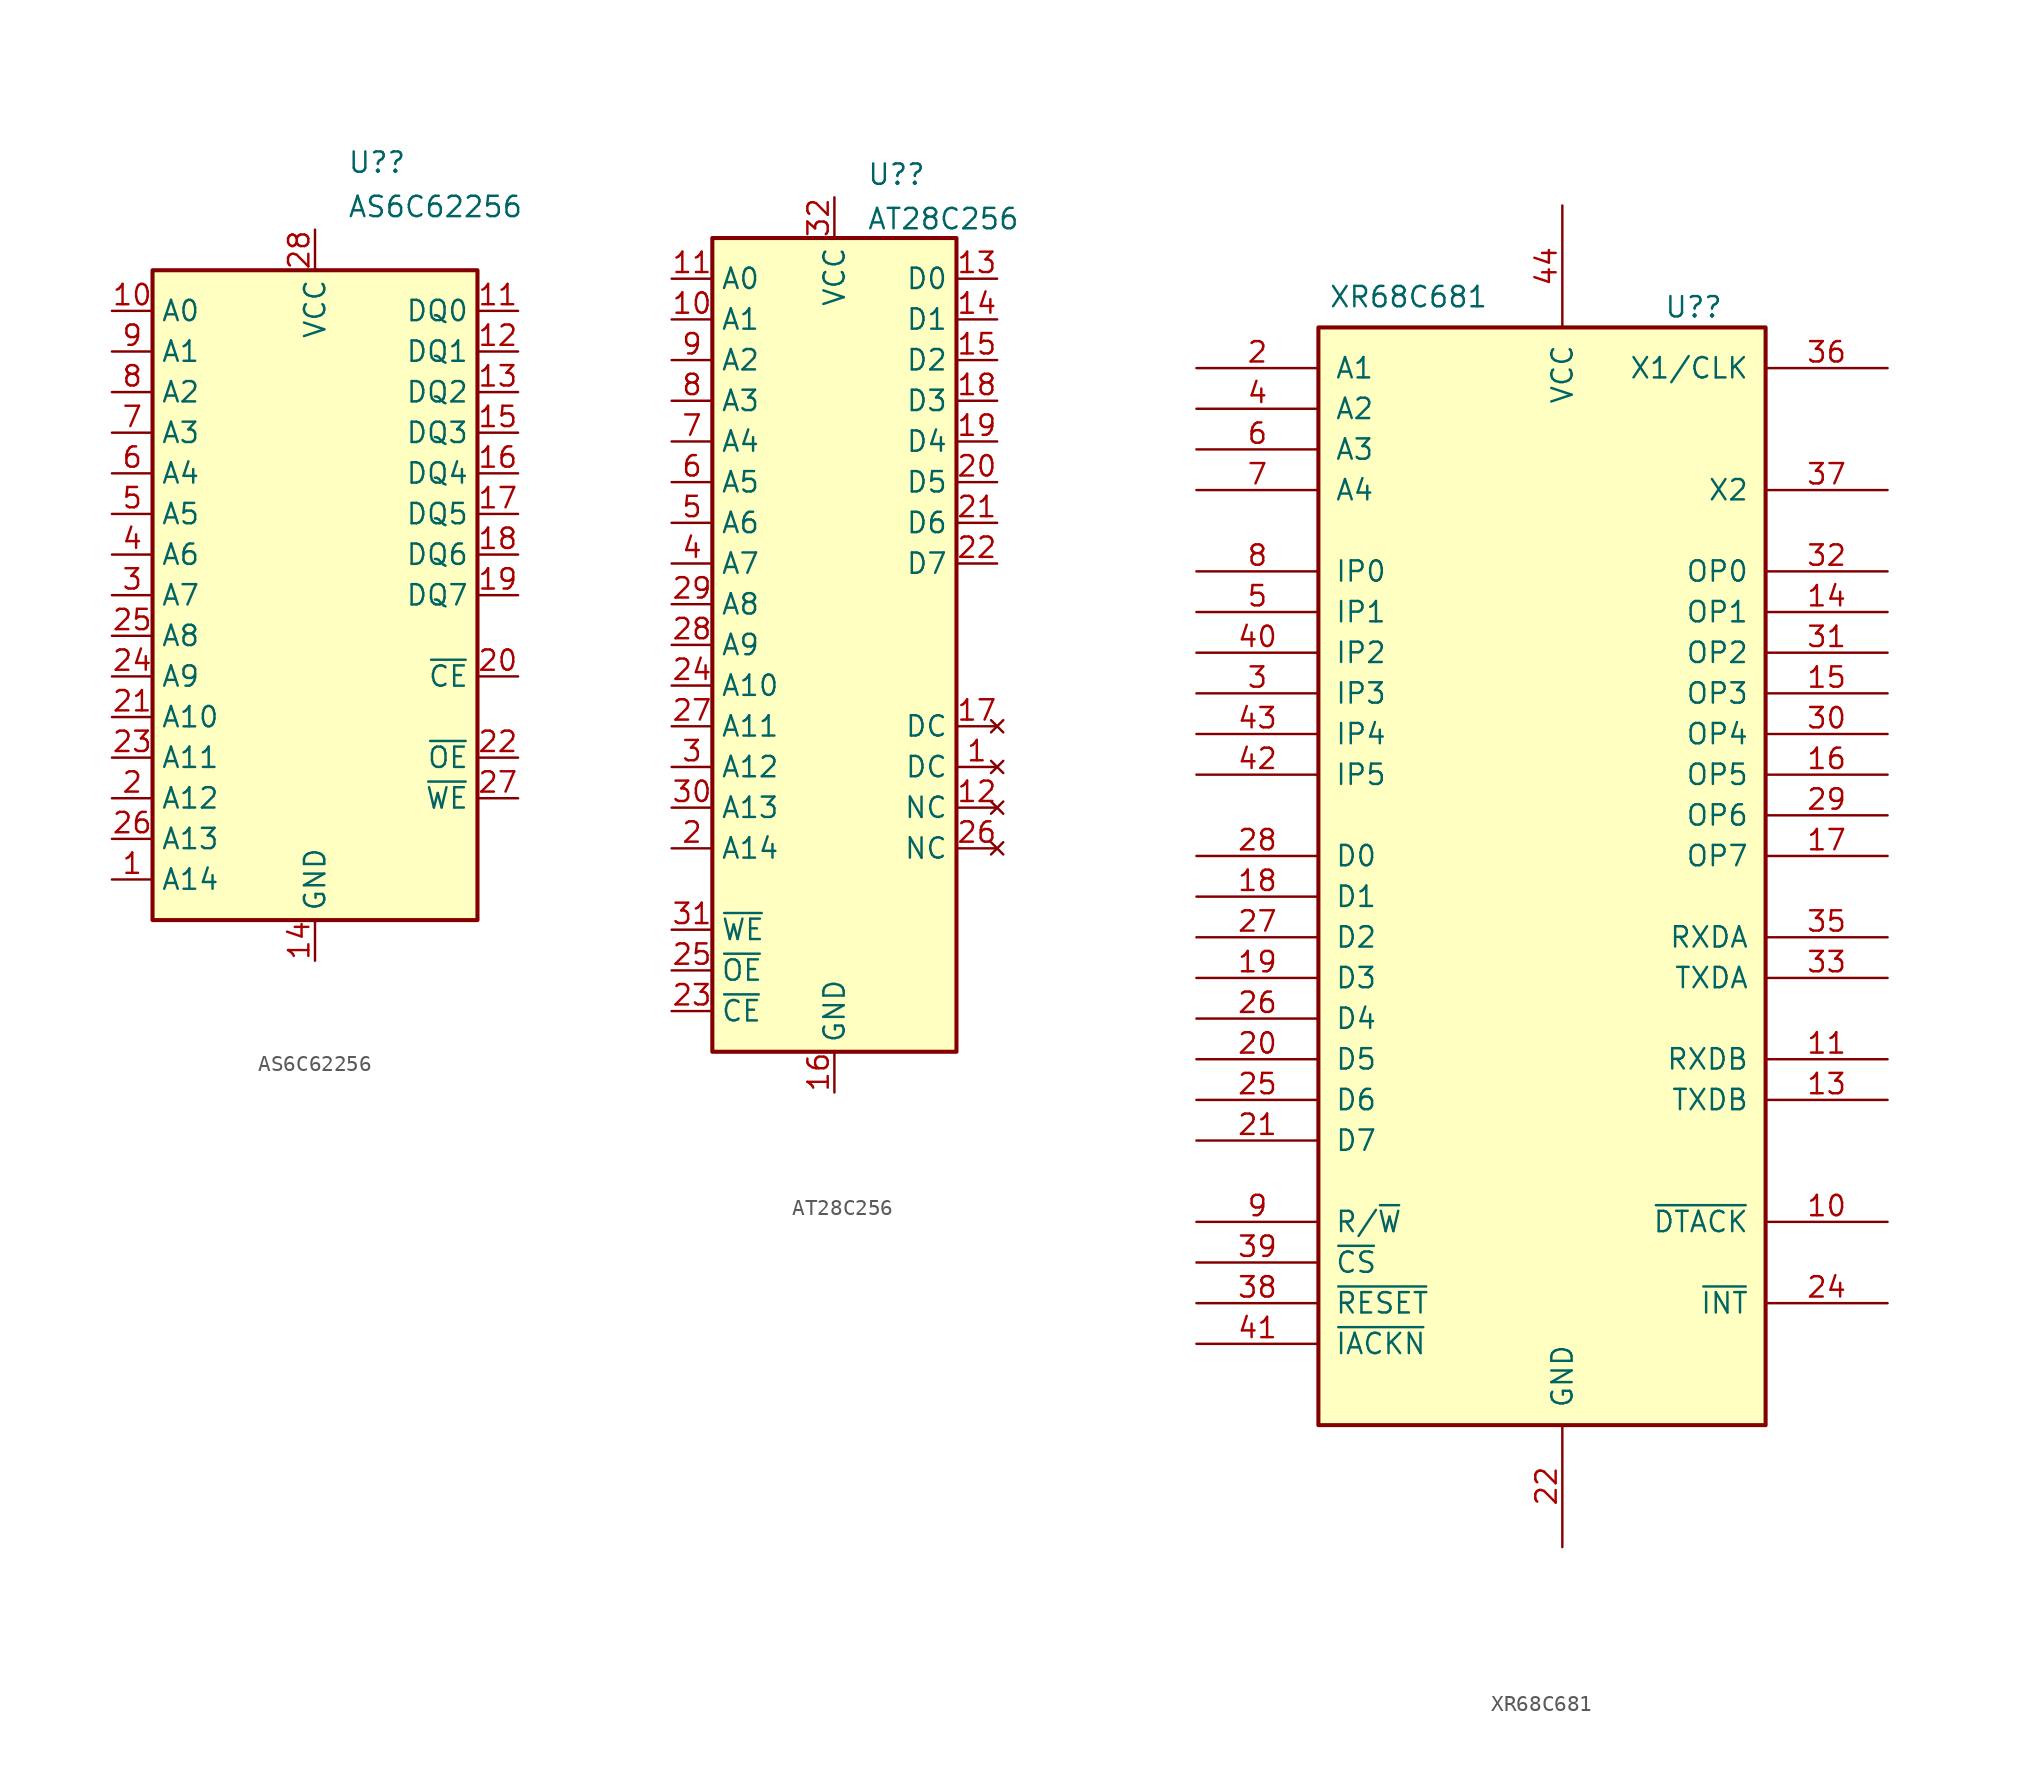
<source format=kicad_sym>
(kicad_symbol_lib
  (version 20211014)
  (generator kicad_symbol_editor)
  (symbol "AS6C62256"
    (property "Reference" "U?"
      (at 2.019 27.062 0)
      (effects (font (size 1.27 1.27)) (justify left)))
    (property "Value" "AS6C62256"
      (at 2.019 24.287 0)
      (effects (font (size 1.27 1.27)) (justify left)))
    (symbol "AS6C62256_0_0"
      (pin power_in line (at 0 -22.86 90) (length 2.54) (name "GND" (effects (font (size 1.27 1.27)))) (number "14" (effects (font (size 1.27 1.27)))))
      (pin power_in line (at 0 22.86 270) (length 2.54) (name "VCC" (effects (font (size 1.27 1.27)))) (number "28" (effects (font (size 1.27 1.27))))))
    (symbol "AS6C62256_0_1"
      (rectangle (start -10.16 20.32) (end 10.16 -20.32) (stroke (width 0.254) (type default) (color 0 0 0 0)) (fill (type background))))
    (symbol "AS6C62256_1_1"
      (pin input line (at -12.7 -17.78 0) (length 2.54) (name "A14" (effects (font (size 1.27 1.27)))) (number "1" (effects (font (size 1.27 1.27)))))
      (pin input line (at -12.7 17.78 0) (length 2.54) (name "A0" (effects (font (size 1.27 1.27)))) (number "10" (effects (font (size 1.27 1.27)))))
      (pin tri_state line (at 12.7 17.78 180) (length 2.54) (name "DQ0" (effects (font (size 1.27 1.27)))) (number "11" (effects (font (size 1.27 1.27)))))
      (pin tri_state line (at 12.7 15.24 180) (length 2.54) (name "DQ1" (effects (font (size 1.27 1.27)))) (number "12" (effects (font (size 1.27 1.27)))))
      (pin tri_state line (at 12.7 12.7 180) (length 2.54) (name "DQ2" (effects (font (size 1.27 1.27)))) (number "13" (effects (font (size 1.27 1.27)))))
      (pin tri_state line (at 12.7 10.16 180) (length 2.54) (name "DQ3" (effects (font (size 1.27 1.27)))) (number "15" (effects (font (size 1.27 1.27)))))
      (pin tri_state line (at 12.7 7.62 180) (length 2.54) (name "DQ4" (effects (font (size 1.27 1.27)))) (number "16" (effects (font (size 1.27 1.27)))))
      (pin tri_state line (at 12.7 5.08 180) (length 2.54) (name "DQ5" (effects (font (size 1.27 1.27)))) (number "17" (effects (font (size 1.27 1.27)))))
      (pin tri_state line (at 12.7 2.54 180) (length 2.54) (name "DQ6" (effects (font (size 1.27 1.27)))) (number "18" (effects (font (size 1.27 1.27)))))
      (pin tri_state line (at 12.7 0 180) (length 2.54) (name "DQ7" (effects (font (size 1.27 1.27)))) (number "19" (effects (font (size 1.27 1.27)))))
      (pin input line (at -12.7 -12.7 0) (length 2.54) (name "A12" (effects (font (size 1.27 1.27)))) (number "2" (effects (font (size 1.27 1.27)))))
      (pin input line (at 12.7 -5.08 180) (length 2.54) (name "~{CE}" (effects (font (size 1.27 1.27)))) (number "20" (effects (font (size 1.27 1.27)))))
      (pin input line (at -12.7 -7.62 0) (length 2.54) (name "A10" (effects (font (size 1.27 1.27)))) (number "21" (effects (font (size 1.27 1.27)))))
      (pin input line (at 12.7 -10.16 180) (length 2.54) (name "~{OE}" (effects (font (size 1.27 1.27)))) (number "22" (effects (font (size 1.27 1.27)))))
      (pin input line (at -12.7 -10.16 0) (length 2.54) (name "A11" (effects (font (size 1.27 1.27)))) (number "23" (effects (font (size 1.27 1.27)))))
      (pin input line (at -12.7 -5.08 0) (length 2.54) (name "A9" (effects (font (size 1.27 1.27)))) (number "24" (effects (font (size 1.27 1.27)))))
      (pin input line (at -12.7 -2.54 0) (length 2.54) (name "A8" (effects (font (size 1.27 1.27)))) (number "25" (effects (font (size 1.27 1.27)))))
      (pin input line (at -12.7 -15.24 0) (length 2.54) (name "A13" (effects (font (size 1.27 1.27)))) (number "26" (effects (font (size 1.27 1.27)))))
      (pin input line (at 12.7 -12.7 180) (length 2.54) (name "~{WE}" (effects (font (size 1.27 1.27)))) (number "27" (effects (font (size 1.27 1.27)))))
      (pin input line (at -12.7 0 0) (length 2.54) (name "A7" (effects (font (size 1.27 1.27)))) (number "3" (effects (font (size 1.27 1.27)))))
      (pin input line (at -12.7 2.54 0) (length 2.54) (name "A6" (effects (font (size 1.27 1.27)))) (number "4" (effects (font (size 1.27 1.27)))))
      (pin input line (at -12.7 5.08 0) (length 2.54) (name "A5" (effects (font (size 1.27 1.27)))) (number "5" (effects (font (size 1.27 1.27)))))
      (pin input line (at -12.7 7.62 0) (length 2.54) (name "A4" (effects (font (size 1.27 1.27)))) (number "6" (effects (font (size 1.27 1.27)))))
      (pin input line (at -12.7 10.16 0) (length 2.54) (name "A3" (effects (font (size 1.27 1.27)))) (number "7" (effects (font (size 1.27 1.27)))))
      (pin input line (at -12.7 12.7 0) (length 2.54) (name "A2" (effects (font (size 1.27 1.27)))) (number "8" (effects (font (size 1.27 1.27)))))
      (pin input line (at -12.7 15.24 0) (length 2.54) (name "A1" (effects (font (size 1.27 1.27)))) (number "9" (effects (font (size 1.27 1.27)))))))
  (symbol "AT28C256"
    (property "Reference" "U?"
      (at 2.019 29.366 0)
      (effects (font (size 1.27 1.27)) (justify left)))
    (property "Value" "AT28C256"
      (at 2.019 26.591 0)
      (effects (font (size 1.27 1.27)) (justify left)))
    (symbol "AT28C256_0_0"
      (pin no_connect line (at 10.16 -7.62 180) (length 2.54) (name "DC" (effects (font (size 1.27 1.27)))) (number "1" (effects (font (size 1.27 1.27)))))
      (pin input line (at -10.16 22.86 0) (length 2.54) (name "A0" (effects (font (size 1.27 1.27)))) (number "11" (effects (font (size 1.27 1.27)))))
      (pin no_connect line (at 10.16 -10.16 180) (length 2.54) (name "NC" (effects (font (size 1.27 1.27)))) (number "12" (effects (font (size 1.27 1.27)))))
      (pin no_connect line (at 10.16 -5.08 180) (length 2.54) (name "DC" (effects (font (size 1.27 1.27)))) (number "17" (effects (font (size 1.27 1.27)))))
      (pin no_connect line (at 10.16 -12.7 180) (length 2.54) (name "NC" (effects (font (size 1.27 1.27)))) (number "26" (effects (font (size 1.27 1.27))))))
    (symbol "AT28C256_1_1"
      (rectangle (start -7.62 25.4) (end 7.62 -25.4) (stroke (width 0.254) (type default) (color 0 0 0 0)) (fill (type background)))
      (pin input line (at -10.16 20.32 0) (length 2.54) (name "A1" (effects (font (size 1.27 1.27)))) (number "10" (effects (font (size 1.27 1.27)))))
      (pin tri_state line (at 10.16 22.86 180) (length 2.54) (name "D0" (effects (font (size 1.27 1.27)))) (number "13" (effects (font (size 1.27 1.27)))))
      (pin tri_state line (at 10.16 20.32 180) (length 2.54) (name "D1" (effects (font (size 1.27 1.27)))) (number "14" (effects (font (size 1.27 1.27)))))
      (pin tri_state line (at 10.16 17.78 180) (length 2.54) (name "D2" (effects (font (size 1.27 1.27)))) (number "15" (effects (font (size 1.27 1.27)))))
      (pin power_in line (at 0 -27.94 90) (length 2.54) (name "GND" (effects (font (size 1.27 1.27)))) (number "16" (effects (font (size 1.27 1.27)))))
      (pin tri_state line (at 10.16 15.24 180) (length 2.54) (name "D3" (effects (font (size 1.27 1.27)))) (number "18" (effects (font (size 1.27 1.27)))))
      (pin tri_state line (at 10.16 12.7 180) (length 2.54) (name "D4" (effects (font (size 1.27 1.27)))) (number "19" (effects (font (size 1.27 1.27)))))
      (pin input line (at -10.16 -12.7 0) (length 2.54) (name "A14" (effects (font (size 1.27 1.27)))) (number "2" (effects (font (size 1.27 1.27)))))
      (pin tri_state line (at 10.16 10.16 180) (length 2.54) (name "D5" (effects (font (size 1.27 1.27)))) (number "20" (effects (font (size 1.27 1.27)))))
      (pin tri_state line (at 10.16 7.62 180) (length 2.54) (name "D6" (effects (font (size 1.27 1.27)))) (number "21" (effects (font (size 1.27 1.27)))))
      (pin tri_state line (at 10.16 5.08 180) (length 2.54) (name "D7" (effects (font (size 1.27 1.27)))) (number "22" (effects (font (size 1.27 1.27)))))
      (pin input line (at -10.16 -22.86 0) (length 2.54) (name "~{CE}" (effects (font (size 1.27 1.27)))) (number "23" (effects (font (size 1.27 1.27)))))
      (pin input line (at -10.16 -2.54 0) (length 2.54) (name "A10" (effects (font (size 1.27 1.27)))) (number "24" (effects (font (size 1.27 1.27)))))
      (pin input line (at -10.16 -20.32 0) (length 2.54) (name "~{OE}" (effects (font (size 1.27 1.27)))) (number "25" (effects (font (size 1.27 1.27)))))
      (pin input line (at -10.16 -5.08 0) (length 2.54) (name "A11" (effects (font (size 1.27 1.27)))) (number "27" (effects (font (size 1.27 1.27)))))
      (pin input line (at -10.16 0 0) (length 2.54) (name "A9" (effects (font (size 1.27 1.27)))) (number "28" (effects (font (size 1.27 1.27)))))
      (pin input line (at -10.16 2.54 0) (length 2.54) (name "A8" (effects (font (size 1.27 1.27)))) (number "29" (effects (font (size 1.27 1.27)))))
      (pin input line (at -10.16 -7.62 0) (length 2.54) (name "A12" (effects (font (size 1.27 1.27)))) (number "3" (effects (font (size 1.27 1.27)))))
      (pin input line (at -10.16 -10.16 0) (length 2.54) (name "A13" (effects (font (size 1.27 1.27)))) (number "30" (effects (font (size 1.27 1.27)))))
      (pin input line (at -10.16 -17.78 0) (length 2.54) (name "~{WE}" (effects (font (size 1.27 1.27)))) (number "31" (effects (font (size 1.27 1.27)))))
      (pin power_in line (at 0 27.94 270) (length 2.54) (name "VCC" (effects (font (size 1.27 1.27)))) (number "32" (effects (font (size 1.27 1.27)))))
      (pin input line (at -10.16 5.08 0) (length 2.54) (name "A7" (effects (font (size 1.27 1.27)))) (number "4" (effects (font (size 1.27 1.27)))))
      (pin input line (at -10.16 7.62 0) (length 2.54) (name "A6" (effects (font (size 1.27 1.27)))) (number "5" (effects (font (size 1.27 1.27)))))
      (pin input line (at -10.16 10.16 0) (length 2.54) (name "A5" (effects (font (size 1.27 1.27)))) (number "6" (effects (font (size 1.27 1.27)))))
      (pin input line (at -10.16 12.7 0) (length 2.54) (name "A4" (effects (font (size 1.27 1.27)))) (number "7" (effects (font (size 1.27 1.27)))))
      (pin input line (at -10.16 15.24 0) (length 2.54) (name "A3" (effects (font (size 1.27 1.27)))) (number "8" (effects (font (size 1.27 1.27)))))
      (pin input line (at -10.16 17.78 0) (length 2.54) (name "A2" (effects (font (size 1.27 1.27)))) (number "9" (effects (font (size 1.27 1.27)))))))
  (symbol "XR68C681"
    (pin_names
      (offset 1.016))
    (property "Reference" "U?"
      (at 6.35 36.83 0)
      (effects (font (size 1.27 1.27)) (justify left)))
    (property "Value" "XR68C681"
      (at -14.605 37.465 0)
      (effects (font (size 1.27 1.27)) (justify left)))
    (symbol "XR68C681_0_0"
      (pin no_connect line (at -13.97 -35.56 90) (length 2.54) hide (name "NC" (effects (font (size 1.27 1.27)))) (number "1" (effects (font (size 1.27 1.27)))))
      (pin no_connect line (at -11.43 -35.56 90) (length 2.54) hide (name "NC" (effects (font (size 1.27 1.27)))) (number "12" (effects (font (size 1.27 1.27)))))
      (pin no_connect line (at -8.89 -35.56 90) (length 2.54) hide (name "NC" (effects (font (size 1.27 1.27)))) (number "23" (effects (font (size 1.27 1.27)))))
      (pin no_connect line (at -6.35 -35.56 90) (length 2.54) hide (name "NC" (effects (font (size 1.27 1.27)))) (number "34" (effects (font (size 1.27 1.27))))))
    (symbol "XR68C681_0_1"
      (rectangle (start -15.24 -33.02) (end 12.7 35.56) (stroke (width 0.254) (type default) (color 0 0 0 0)) (fill (type background))))
    (symbol "XR68C681_1_1"
      (pin output line (at 20.32 -20.32 180) (length 7.62) (name "~{DTACK}" (effects (font (size 1.27 1.27)))) (number "10" (effects (font (size 1.27 1.27)))))
      (pin input line (at 20.32 -10.16 180) (length 7.62) (name "RXDB" (effects (font (size 1.27 1.27)))) (number "11" (effects (font (size 1.27 1.27)))))
      (pin output line (at 20.32 -12.7 180) (length 7.62) (name "TXDB" (effects (font (size 1.27 1.27)))) (number "13" (effects (font (size 1.27 1.27)))))
      (pin output line (at 20.32 17.78 180) (length 7.62) (name "OP1" (effects (font (size 1.27 1.27)))) (number "14" (effects (font (size 1.27 1.27)))))
      (pin output line (at 20.32 12.7 180) (length 7.62) (name "OP3" (effects (font (size 1.27 1.27)))) (number "15" (effects (font (size 1.27 1.27)))))
      (pin output line (at 20.32 7.62 180) (length 7.62) (name "OP5" (effects (font (size 1.27 1.27)))) (number "16" (effects (font (size 1.27 1.27)))))
      (pin output line (at 20.32 2.54 180) (length 7.62) (name "OP7" (effects (font (size 1.27 1.27)))) (number "17" (effects (font (size 1.27 1.27)))))
      (pin input line (at -22.86 0 0) (length 7.62) (name "D1" (effects (font (size 1.27 1.27)))) (number "18" (effects (font (size 1.27 1.27)))))
      (pin input line (at -22.86 -5.08 0) (length 7.62) (name "D3" (effects (font (size 1.27 1.27)))) (number "19" (effects (font (size 1.27 1.27)))))
      (pin input line (at -22.86 33.02 0) (length 7.62) (name "A1" (effects (font (size 1.27 1.27)))) (number "2" (effects (font (size 1.27 1.27)))))
      (pin input line (at -22.86 -10.16 0) (length 7.62) (name "D5" (effects (font (size 1.27 1.27)))) (number "20" (effects (font (size 1.27 1.27)))))
      (pin input line (at -22.86 -15.24 0) (length 7.62) (name "D7" (effects (font (size 1.27 1.27)))) (number "21" (effects (font (size 1.27 1.27)))))
      (pin power_in line (at 0 -40.64 90) (length 7.62) (name "GND" (effects (font (size 1.27 1.27)))) (number "22" (effects (font (size 1.27 1.27)))))
      (pin output line (at 20.32 -25.4 180) (length 7.62) (name "~{INT}" (effects (font (size 1.27 1.27)))) (number "24" (effects (font (size 1.27 1.27)))))
      (pin input line (at -22.86 -12.7 0) (length 7.62) (name "D6" (effects (font (size 1.27 1.27)))) (number "25" (effects (font (size 1.27 1.27)))))
      (pin input line (at -22.86 -7.62 0) (length 7.62) (name "D4" (effects (font (size 1.27 1.27)))) (number "26" (effects (font (size 1.27 1.27)))))
      (pin input line (at -22.86 -2.54 0) (length 7.62) (name "D2" (effects (font (size 1.27 1.27)))) (number "27" (effects (font (size 1.27 1.27)))))
      (pin input line (at -22.86 2.54 0) (length 7.62) (name "D0" (effects (font (size 1.27 1.27)))) (number "28" (effects (font (size 1.27 1.27)))))
      (pin output line (at 20.32 5.08 180) (length 7.62) (name "OP6" (effects (font (size 1.27 1.27)))) (number "29" (effects (font (size 1.27 1.27)))) (alternate "~{TXRDY_A}" output line))
      (pin input line (at -22.86 12.7 0) (length 7.62) (name "IP3" (effects (font (size 1.27 1.27)))) (number "3" (effects (font (size 1.27 1.27)))))
      (pin output line (at 20.32 10.16 180) (length 7.62) (name "OP4" (effects (font (size 1.27 1.27)))) (number "30" (effects (font (size 1.27 1.27)))) (alternate "RXRDY" output line) (alternate "~{FFULL_A}" output line))
      (pin output line (at 20.32 15.24 180) (length 7.62) (name "OP2" (effects (font (size 1.27 1.27)))) (number "31" (effects (font (size 1.27 1.27)))))
      (pin output line (at 20.32 20.32 180) (length 7.62) (name "OP0" (effects (font (size 1.27 1.27)))) (number "32" (effects (font (size 1.27 1.27)))))
      (pin output line (at 20.32 -5.08 180) (length 7.62) (name "TXDA" (effects (font (size 1.27 1.27)))) (number "33" (effects (font (size 1.27 1.27)))))
      (pin input line (at 20.32 -2.54 180) (length 7.62) (name "RXDA" (effects (font (size 1.27 1.27)))) (number "35" (effects (font (size 1.27 1.27)))))
      (pin input line (at 20.32 33.02 180) (length 7.62) (name "X1/CLK" (effects (font (size 1.27 1.27)))) (number "36" (effects (font (size 1.27 1.27)))))
      (pin output line (at 20.32 25.4 180) (length 7.62) (name "X2" (effects (font (size 1.27 1.27)))) (number "37" (effects (font (size 1.27 1.27)))))
      (pin input line (at -22.86 -25.4 0) (length 7.62) (name "~{RESET}" (effects (font (size 1.27 1.27)))) (number "38" (effects (font (size 1.27 1.27)))))
      (pin input line (at -22.86 -22.86 0) (length 7.62) (name "~{CS}" (effects (font (size 1.27 1.27)))) (number "39" (effects (font (size 1.27 1.27)))))
      (pin input line (at -22.86 30.48 0) (length 7.62) (name "A2" (effects (font (size 1.27 1.27)))) (number "4" (effects (font (size 1.27 1.27)))))
      (pin input line (at -22.86 15.24 0) (length 7.62) (name "IP2" (effects (font (size 1.27 1.27)))) (number "40" (effects (font (size 1.27 1.27)))))
      (pin input line (at -22.86 -27.94 0) (length 7.62) (name "~{IACKN}" (effects (font (size 1.27 1.27)))) (number "41" (effects (font (size 1.27 1.27)))))
      (pin input line (at -22.86 7.62 0) (length 7.62) (name "IP5" (effects (font (size 1.27 1.27)))) (number "42" (effects (font (size 1.27 1.27)))))
      (pin input line (at -22.86 10.16 0) (length 7.62) (name "IP4" (effects (font (size 1.27 1.27)))) (number "43" (effects (font (size 1.27 1.27)))))
      (pin power_in line (at 0 43.18 270) (length 7.62) (name "VCC" (effects (font (size 1.27 1.27)))) (number "44" (effects (font (size 1.27 1.27)))))
      (pin input line (at -22.86 17.78 0) (length 7.62) (name "IP1" (effects (font (size 1.27 1.27)))) (number "5" (effects (font (size 1.27 1.27)))))
      (pin input line (at -22.86 27.94 0) (length 7.62) (name "A3" (effects (font (size 1.27 1.27)))) (number "6" (effects (font (size 1.27 1.27)))))
      (pin input line (at -22.86 25.4 0) (length 7.62) (name "A4" (effects (font (size 1.27 1.27)))) (number "7" (effects (font (size 1.27 1.27)))))
      (pin input line (at -22.86 20.32 0) (length 7.62) (name "IP0" (effects (font (size 1.27 1.27)))) (number "8" (effects (font (size 1.27 1.27)))))
      (pin input line (at -22.86 -20.32 0) (length 7.62) (name "R/~{W}" (effects (font (size 1.27 1.27)))) (number "9" (effects (font (size 1.27 1.27))))))))
</source>
